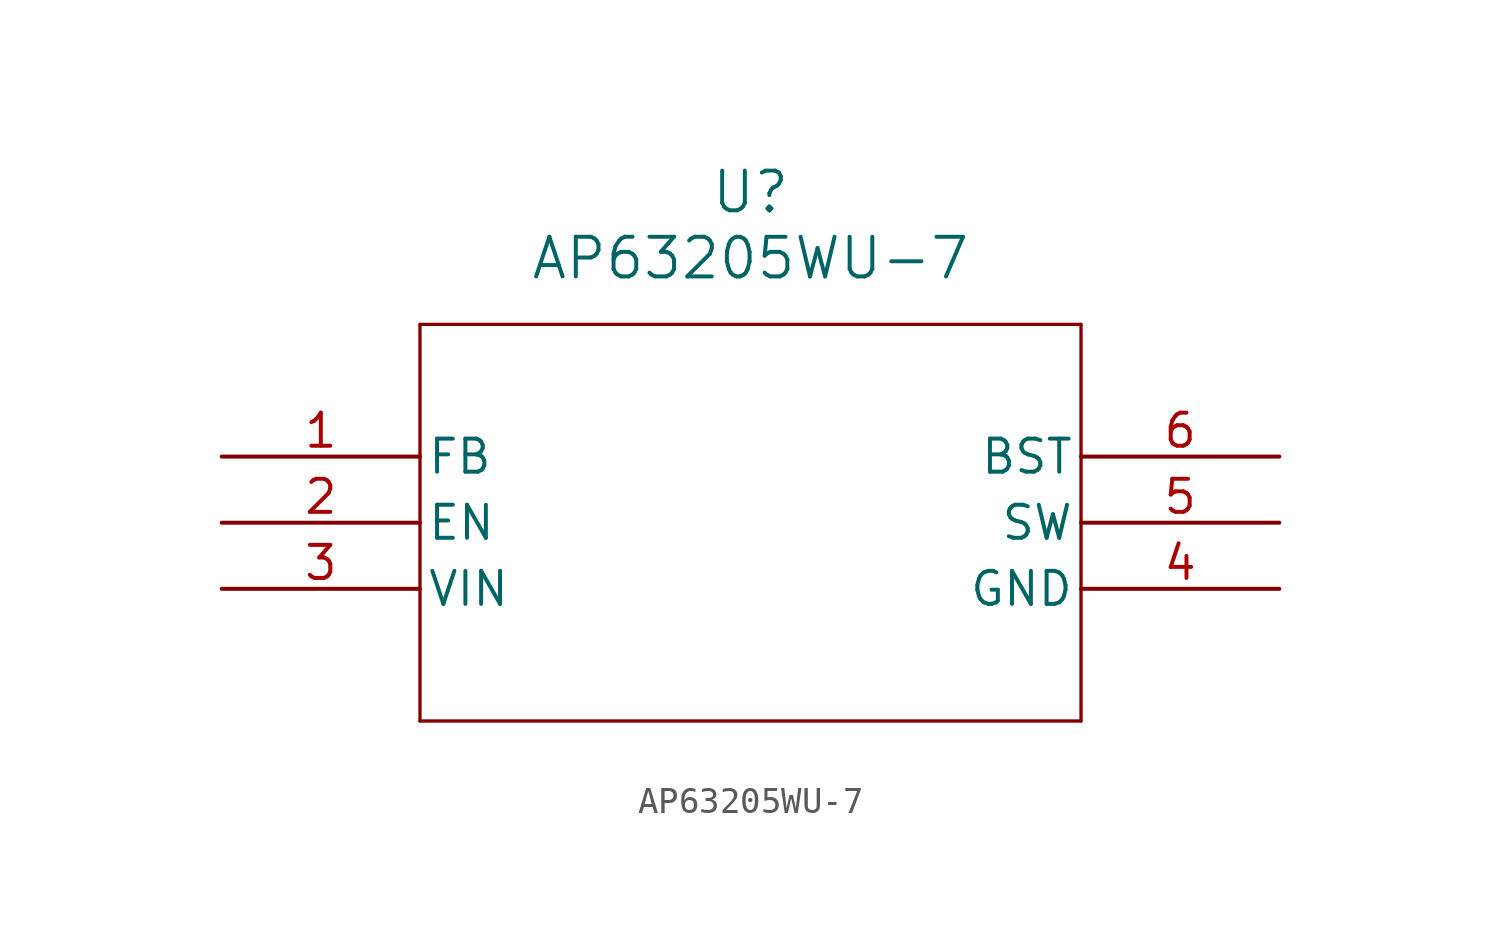
<source format=kicad_sym>
(kicad_symbol_lib
  (version 20211014)
  (generator kicad_symbol_editor)
  (symbol "AP63205WU-7"
    (pin_names
      (offset 0.254))
    (property "Reference" "U"
      (at 20.32 10.16 0)
      (effects (font (size 1.524 1.524))))
    (property "Value" "AP63205WU-7"
      (at 20.32 7.62 0)
      (effects (font (size 1.524 1.524))))
    (symbol "AP63205WU-7_0_1"
      (polyline (pts (xy 7.62 5.08) (xy 7.62 -10.16)) (stroke (width 0.127) (type default) (color 0 0 0 0)) (fill (type none)))
      (polyline (pts (xy 7.62 -10.16) (xy 33.02 -10.16)) (stroke (width 0.127) (type default) (color 0 0 0 0)) (fill (type none)))
      (polyline (pts (xy 33.02 -10.16) (xy 33.02 5.08)) (stroke (width 0.127) (type default) (color 0 0 0 0)) (fill (type none)))
      (polyline (pts (xy 33.02 5.08) (xy 7.62 5.08)) (stroke (width 0.127) (type default) (color 0 0 0 0)) (fill (type none)))
      (pin unspecified line (at 0 0 0) (length 7.62) (name "FB" (effects (font (size 1.27 1.27)))) (number "1" (effects (font (size 1.27 1.27)))))
      (pin unspecified line (at 0 -2.54 0) (length 7.62) (name "EN" (effects (font (size 1.27 1.27)))) (number "2" (effects (font (size 1.27 1.27)))))
      (pin unspecified line (at 0 -5.08 0) (length 7.62) (name "VIN" (effects (font (size 1.27 1.27)))) (number "3" (effects (font (size 1.27 1.27)))))
      (pin power_out line (at 40.64 -5.08 180) (length 7.62) (name "GND" (effects (font (size 1.27 1.27)))) (number "4" (effects (font (size 1.27 1.27)))))
      (pin unspecified line (at 40.64 -2.54 180) (length 7.62) (name "SW" (effects (font (size 1.27 1.27)))) (number "5" (effects (font (size 1.27 1.27)))))
      (pin unspecified line (at 40.64 0 180) (length 7.62) (name "BST" (effects (font (size 1.27 1.27)))) (number "6" (effects (font (size 1.27 1.27))))))))
</source>
